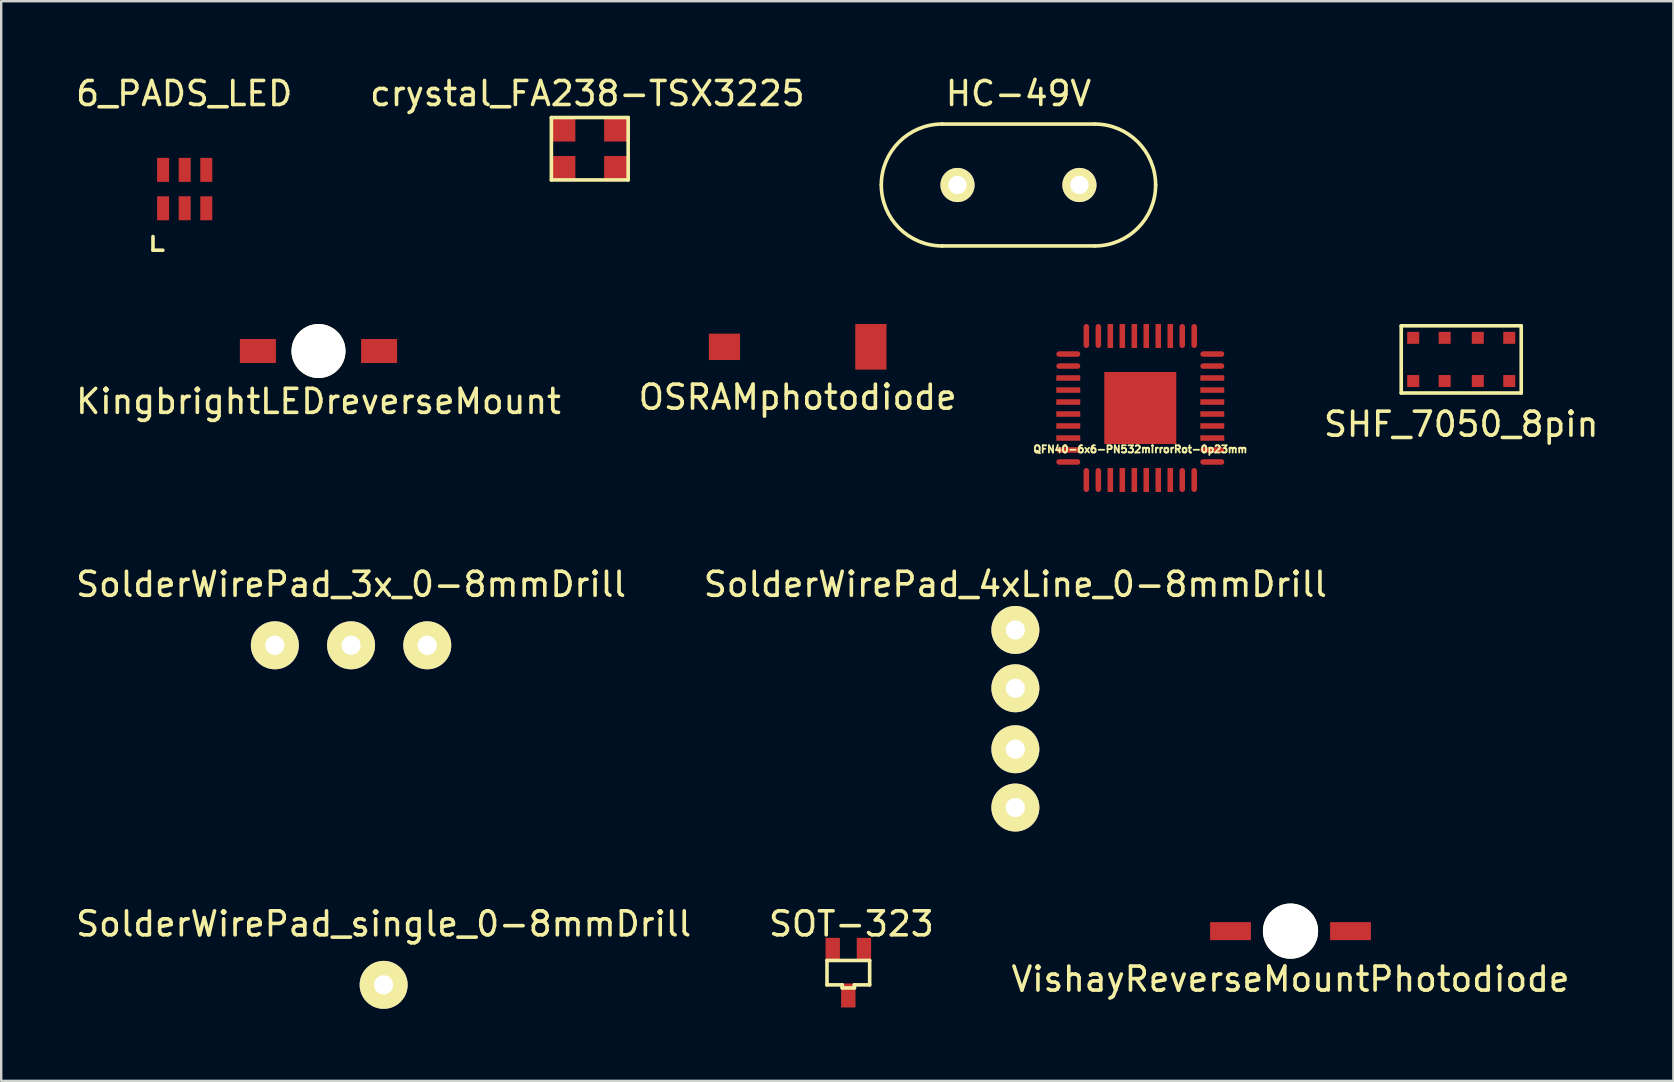
<source format=kicad_pcb>
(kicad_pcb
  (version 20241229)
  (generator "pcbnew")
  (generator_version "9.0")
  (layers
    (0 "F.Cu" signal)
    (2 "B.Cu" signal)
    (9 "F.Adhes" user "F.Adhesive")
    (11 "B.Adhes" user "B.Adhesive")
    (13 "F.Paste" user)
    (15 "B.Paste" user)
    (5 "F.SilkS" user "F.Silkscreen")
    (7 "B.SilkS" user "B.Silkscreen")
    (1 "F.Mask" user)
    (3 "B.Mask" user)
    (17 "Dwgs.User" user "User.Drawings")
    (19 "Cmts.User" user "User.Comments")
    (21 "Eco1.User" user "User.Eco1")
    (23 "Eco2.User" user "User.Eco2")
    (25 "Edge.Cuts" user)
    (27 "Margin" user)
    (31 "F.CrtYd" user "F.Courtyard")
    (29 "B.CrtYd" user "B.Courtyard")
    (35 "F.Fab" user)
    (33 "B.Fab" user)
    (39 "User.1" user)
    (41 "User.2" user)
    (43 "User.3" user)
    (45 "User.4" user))
  (footprint "crystal_FA238-TSX3225"
    (layer "F.Cu")
    (at 21.523 3.148)
    (property "Reference" "crystal_FA238-TSX3225" (at -0.1 -2.3 0) (layer "F.SilkS") (effects (font (size 1 1) (thickness 0.15))))
    (attr through_hole)
    (fp_line (start -1.6 -1.3) (end 1.6 -1.3) (stroke (width 0.15) (type solid)) (layer "F.SilkS"))
    (fp_line (start -1.6 1.3) (end -1.6 -1.3) (stroke (width 0.15) (type solid)) (layer "F.SilkS"))
    (fp_line (start 1.6 -1.3) (end 1.6 1.3) (stroke (width 0.15) (type solid)) (layer "F.SilkS"))
    (fp_line (start 1.6 1.3) (end -1.6 1.3) (stroke (width 0.15) (type solid)) (layer "F.SilkS"))
    (pad "1" smd rect (at -1.1 0.8) (size 1 1) (layers "F.Cu" "F.Mask" "F.Paste"))
    (pad "2" smd rect (at 1.1 0.8) (size 1 1) (layers "F.Cu" "F.Mask" "F.Paste"))
    (pad "3" smd rect (at 1.1 -0.8) (size 1 1) (layers "F.Cu" "F.Mask" "F.Paste"))
    (pad "4" smd rect (at -1.1 -0.8) (size 1 1) (layers "F.Cu" "F.Mask" "F.Paste")))
  (footprint "KingbrightLEDreverseMount"
    (layer "F.Cu")
    (at 10.22 11.576)
    (property "Reference" "KingbrightLEDreverseMount" (at 0 2.1 0) (layer "F.SilkS") (effects (font (size 1 1) (thickness 0.15))))
    (attr through_hole)
    (pad "" np_thru_hole circle (at 0 0) (size 2.25 2.25) (drill 2.25) (layers "*.Cu" "*.Mask" "F.SilkS"))
    (pad "1" smd rect (at 2.525 0) (size 1.5 1) (layers "F.Cu" "F.Mask" "F.Paste"))
    (pad "2" smd rect (at -2.525 0) (size 1.5 1) (layers "F.Cu" "F.Mask" "F.Paste")))
  (footprint "SHF_7050_8pin"
    (layer "F.Cu")
    (at 57.833 11.926)
    (property "Reference" "SHF_7050_8pin" (at 0 2.7 0) (layer "F.SilkS") (effects (font (size 1 1) (thickness 0.15))))
    (attr smd)
    (fp_line (start -2.5 -1.4) (end -2.5 1.4) (stroke (width 0.15) (type solid)) (layer "F.SilkS"))
    (fp_line (start -2.5 -1.4) (end 2.5 -1.4) (stroke (width 0.15) (type solid)) (layer "F.SilkS"))
    (fp_line (start 2.5 -1.4) (end 2.5 1.4) (stroke (width 0.15) (type solid)) (layer "F.SilkS"))
    (fp_line (start 2.5 1.4) (end -2.5 1.4) (stroke (width 0.15) (type solid)) (layer "F.SilkS"))
    (pad "1" smd rect (at -2 -0.9) (size 0.5 0.5) (layers "F.Cu" "F.Mask" "F.Paste"))
    (pad "2" smd rect (at -0.69 -0.9) (size 0.5 0.5) (layers "F.Cu" "F.Mask" "F.Paste"))
    (pad "3" smd rect (at 0.69 -0.9) (size 0.5 0.5) (layers "F.Cu" "F.Mask" "F.Paste"))
    (pad "4" smd rect (at 2 -0.9) (size 0.5 0.5) (layers "F.Cu" "F.Mask" "F.Paste"))
    (pad "5" smd rect (at 2 0.9) (size 0.5 0.5) (layers "F.Cu" "F.Mask" "F.Paste"))
    (pad "6" smd rect (at 0.69 0.9) (size 0.5 0.5) (layers "F.Cu" "F.Mask" "F.Paste"))
    (pad "7" smd rect (at -0.69 0.9) (size 0.5 0.5) (layers "F.Cu" "F.Mask" "F.Paste"))
    (pad "8" smd rect (at -2 0.9) (size 0.5 0.5) (layers "F.Cu" "F.Mask" "F.Paste")))
  (footprint "6_PADS_LED"
    (layer "F.Cu")
    (at 4.645 4.828)
    (property "Reference" "6_PADS_LED" (at -0.02 -3.98 0) (layer "F.SilkS") (effects (font (size 1 1) (thickness 0.15))))
    (attr smd)
    (fp_line (start -1.321 1.979) (end -1.321 2.548) (stroke (width 0.15) (type solid)) (layer "F.SilkS"))
    (fp_line (start -1.321 2.548) (end -0.909 2.548) (stroke (width 0.15) (type solid)) (layer "F.SilkS"))
    (pad "1" smd rect (at -0.9 0.8) (size 0.5 1) (layers "F.Cu" "F.Mask" "F.Paste"))
    (pad "2" smd rect (at 0 0.8) (size 0.5 1) (layers "F.Cu" "F.Mask" "F.Paste"))
    (pad "3" smd rect (at 0.9 0.8) (size 0.5 1) (layers "F.Cu" "F.Mask" "F.Paste"))
    (pad "4" smd rect (at 0.9 -0.8) (size 0.5 1) (layers "F.Cu" "F.Mask" "F.Paste"))
    (pad "5" smd rect (at 0 -0.8) (size 0.5 1) (layers "F.Cu" "F.Mask" "F.Paste"))
    (pad "6" smd rect (at -0.9 -0.8) (size 0.5 1) (layers "F.Cu" "F.Mask" "F.Paste")))
  (footprint "HC-49V"
    (layer "F.Cu")
    (at 39.385 4.658)
    (property "Reference" "HC-49V" (at 0 -3.81 0) (layer "F.SilkS") (effects (font (size 1 1) (thickness 0.15))))
    (attr through_hole)
    (fp_line (start -3.175 -2.54) (end 3.175 -2.54) (stroke (width 0.15) (type solid)) (layer "F.SilkS"))
    (fp_line (start -3.175 2.54) (end 3.175 2.54) (stroke (width 0.15) (type solid)) (layer "F.SilkS"))
    (fp_arc (start -5.715 0) (mid -4.971051 -1.796051) (end -3.175 -2.54) (stroke (width 0.15) (type solid)) (layer "F.SilkS"))
    (fp_arc (start -3.175 2.54) (mid -4.971051 1.796051) (end -5.715 0) (stroke (width 0.15) (type solid)) (layer "F.SilkS"))
    (fp_arc (start 3.175 -2.54) (mid 4.971051 -1.796051) (end 5.715 0) (stroke (width 0.15) (type solid)) (layer "F.SilkS"))
    (fp_arc (start 5.715 0) (mid 4.971051 1.796051) (end 3.175 2.54) (stroke (width 0.15) (type solid)) (layer "F.SilkS"))
    (pad "1" thru_hole circle (at -2.54 0) (size 1.422 1.422) (drill 0.762) (layers "*.Mask" "F.Cu" "F.SilkS"))
    (pad "2" thru_hole circle (at 2.54 0) (size 1.422 1.422) (drill 0.762) (layers "*.Mask" "F.Cu" "F.SilkS")))
  (footprint "VishayReverseMountPhotodiode"
    (layer "F.Cu")
    (at 50.72 35.746)
    (property "Reference" "VishayReverseMountPhotodiode" (at 0 2 0) (layer "F.SilkS") (effects (font (size 1 1) (thickness 0.15))))
    (attr through_hole)
    (pad "" np_thru_hole circle (at 0 0) (size 2.3 2.3) (drill 2.3) (layers "*.Cu" "*.Mask" "F.SilkS"))
    (pad "1" smd rect (at -2.5 0) (size 1.7 0.75) (layers "F.Cu" "F.Mask" "F.Paste"))
    (pad "2" smd rect (at 2.5 0) (size 1.7 0.75) (layers "F.Cu" "F.Mask" "F.Paste")))
  (footprint "SolderWirePad_single_0-8mmDrill"
    (layer "F.Cu")
    (at 12.935 37.985)
    (property "Reference" "SolderWirePad_single_0-8mmDrill" (at 0 -2.54 0) (layer "F.SilkS") (effects (font (size 1 1) (thickness 0.15))))
    (attr through_hole)
    (pad "1" thru_hole circle (at 0 0) (size 1.999 1.999) (drill 0.8) (layers "*.Cu" "*.Mask" "F.SilkS")))
  (footprint "SolderWirePad_3x_0-8mmDrill"
    (layer "F.Cu")
    (at 11.577 23.837)
    (property "Reference" "SolderWirePad_3x_0-8mmDrill" (at 0 -2.54 0) (layer "F.SilkS") (effects (font (size 1 1) (thickness 0.15))))
    (attr through_hole)
    (pad "1" thru_hole circle (at 3.175 0) (size 1.999 1.999) (drill 0.8) (layers "*.Cu" "*.Mask" "F.SilkS"))
    (pad "2" thru_hole circle (at 0 0) (size 1.999 1.999) (drill 0.8) (layers "*.Cu" "*.Mask" "F.SilkS"))
    (pad "3" thru_hole circle (at -3.175 0) (size 1.999 1.999) (drill 0.8) (layers "*.Cu" "*.Mask" "F.SilkS")))
  (footprint "SolderWirePad_4xLine_0-8mmDrill"
    (layer "F.Cu")
    (at 39.256 26.897)
    (property "Reference" "SolderWirePad_4xLine_0-8mmDrill" (at 0 -5.6 0) (layer "F.SilkS") (effects (font (size 1 1) (thickness 0.15))))
    (attr through_hole)
    (pad "1" thru_hole circle (at 0 -3.7) (size 1.999 1.999) (drill 0.8) (layers "*.Cu" "*.Mask" "F.SilkS"))
    (pad "2" thru_hole circle (at 0 -1.27) (size 1.999 1.999) (drill 0.8) (layers "*.Cu" "*.Mask" "F.SilkS"))
    (pad "3" thru_hole circle (at 0 1.27) (size 1.999 1.999) (drill 0.8) (layers "*.Cu" "*.Mask" "F.SilkS"))
    (pad "4" thru_hole circle (at 0 3.7) (size 1.999 1.999) (drill 0.8) (layers "*.Cu" "*.Mask" "F.SilkS")))
  (footprint "QFN40-6x6-PN532mirrorRot-0p23mm"
    (layer "F.Cu")
    (at 44.461 13.95)
    (property "Reference" "QFN40-6x6-PN532mirrorRot-0p23mm" (at 0 1.72 0) (layer "F.SilkS") (effects (font (size 0.3 0.3) (thickness 0.075))))
    (attr through_hole)
    (fp_line (start -3 -2.5) (end -2.5 -2.5) (stroke (width 0.1) (type solid)) (layer "Eco2.User"))
    (fp_line (start -3 -3) (end -2.449 -3) (stroke (width 0.099) (type solid)) (layer "Eco2.User"))
    (fp_line (start -3 -2.449) (end -3 -3) (stroke (width 0.099) (type solid)) (layer "Eco2.User"))
    (fp_line (start -3 3) (end -3 2.449) (stroke (width 0.099) (type solid)) (layer "Eco2.User"))
    (fp_line (start -3 3) (end -2.449 3) (stroke (width 0.099) (type solid)) (layer "Eco2.User"))
    (fp_line (start -2.5 -2.5) (end -2.5 -3) (stroke (width 0.1) (type solid)) (layer "Eco2.User"))
    (fp_line (start 2.449 -3) (end 3 -3) (stroke (width 0.099) (type solid)) (layer "Eco2.User"))
    (fp_line (start 2.449 3) (end 3 3) (stroke (width 0.099) (type solid)) (layer "Eco2.User"))
    (fp_line (start 3 -2.449) (end 3 -3) (stroke (width 0.099) (type solid)) (layer "Eco2.User"))
    (fp_line (start 3 3) (end 3 2.449) (stroke (width 0.099) (type solid)) (layer "Eco2.User"))
    (pad "1" smd oval (at -3 -2.248 270) (size 0.23 0.998) (layers "F.Cu" "F.Mask" "F.Paste"))
    (pad "2" smd oval (at -3 -1.748 270) (size 0.23 0.998) (layers "F.Cu" "F.Mask" "F.Paste"))
    (pad "3" smd rect (at -3 -1.25 270) (size 0.23 0.998) (layers "F.Cu" "F.Mask" "F.Paste"))
    (pad "4" smd rect (at -3 -0.749 270) (size 0.23 0.998) (layers "F.Cu" "F.Mask" "F.Paste"))
    (pad "5" smd rect (at -3 -0.249 270) (size 0.23 0.998) (layers "F.Cu" "F.Mask" "F.Paste"))
    (pad "6" smd rect (at -3 0.249 270) (size 0.23 0.998) (layers "F.Cu" "F.Mask" "F.Paste"))
    (pad "7" smd rect (at -3 0.749 270) (size 0.23 0.998) (layers "F.Cu" "F.Mask" "F.Paste"))
    (pad "8" smd rect (at -3 1.25 270) (size 0.23 0.998) (layers "F.Cu" "F.Mask" "F.Paste"))
    (pad "9" smd oval (at -3 1.748 270) (size 0.23 0.998) (layers "F.Cu" "F.Mask" "F.Paste"))
    (pad "10" smd oval (at -3 2.248 270) (size 0.23 0.998) (layers "F.Cu" "F.Mask" "F.Paste"))
    (pad "11" smd oval (at -2.248 3) (size 0.23 0.998) (layers "F.Cu" "F.Mask" "F.Paste"))
    (pad "12" smd oval (at -1.748 3) (size 0.23 0.998) (layers "F.Cu" "F.Mask" "F.Paste"))
    (pad "13" smd rect (at -1.25 3) (size 0.23 0.998) (layers "F.Cu" "F.Mask" "F.Paste"))
    (pad "14" smd rect (at -0.749 3) (size 0.23 0.998) (layers "F.Cu" "F.Mask" "F.Paste"))
    (pad "15" smd rect (at -0.249 3) (size 0.23 0.998) (layers "F.Cu" "F.Mask" "F.Paste"))
    (pad "16" smd rect (at 0.249 3) (size 0.23 0.998) (layers "F.Cu" "F.Mask" "F.Paste"))
    (pad "17" smd rect (at 0.749 3) (size 0.23 0.998) (layers "F.Cu" "F.Mask" "F.Paste"))
    (pad "18" smd rect (at 1.25 3) (size 0.23 0.998) (layers "F.Cu" "F.Mask" "F.Paste"))
    (pad "19" smd oval (at 1.748 3) (size 0.23 0.998) (layers "F.Cu" "F.Mask" "F.Paste"))
    (pad "20" smd oval (at 2.248 3) (size 0.23 0.998) (layers "F.Cu" "F.Mask" "F.Paste"))
    (pad "21" smd oval (at 3 2.248 90) (size 0.23 0.998) (layers "F.Cu" "F.Mask" "F.Paste"))
    (pad "22" smd oval (at 3 1.748 90) (size 0.23 0.998) (layers "F.Cu" "F.Mask" "F.Paste"))
    (pad "23" smd rect (at 3 1.25 90) (size 0.23 0.998) (layers "F.Cu" "F.Mask" "F.Paste"))
    (pad "24" smd rect (at 3 0.749 90) (size 0.23 0.998) (layers "F.Cu" "F.Mask" "F.Paste"))
    (pad "25" smd rect (at 3 0.249 90) (size 0.23 0.998) (layers "F.Cu" "F.Mask" "F.Paste"))
    (pad "26" smd rect (at 3 -0.249 90) (size 0.23 0.998) (layers "F.Cu" "F.Mask" "F.Paste"))
    (pad "27" smd rect (at 3 -0.749 90) (size 0.23 0.998) (layers "F.Cu" "F.Mask" "F.Paste"))
    (pad "28" smd rect (at 3 -1.25 90) (size 0.23 0.998) (layers "F.Cu" "F.Mask" "F.Paste"))
    (pad "29" smd oval (at 3 -1.748 90) (size 0.23 0.998) (layers "F.Cu" "F.Mask" "F.Paste"))
    (pad "30" smd oval (at 3 -2.248 90) (size 0.23 0.998) (layers "F.Cu" "F.Mask" "F.Paste"))
    (pad "31" smd oval (at 2.248 -3 180) (size 0.23 0.998) (layers "F.Cu" "F.Mask" "F.Paste"))
    (pad "32" smd oval (at 1.748 -3 180) (size 0.23 0.998) (layers "F.Cu" "F.Mask" "F.Paste"))
    (pad "33" smd rect (at 1.25 -3 180) (size 0.23 0.998) (layers "F.Cu" "F.Mask" "F.Paste"))
    (pad "34" smd rect (at 0.749 -3 180) (size 0.23 0.998) (layers "F.Cu" "F.Mask" "F.Paste"))
    (pad "35" smd rect (at 0.249 -3 180) (size 0.23 0.998) (layers "F.Cu" "F.Mask" "F.Paste"))
    (pad "36" smd rect (at -0.249 -3 180) (size 0.23 0.998) (layers "F.Cu" "F.Mask" "F.Paste"))
    (pad "37" smd rect (at -0.749 -3 180) (size 0.23 0.998) (layers "F.Cu" "F.Mask" "F.Paste"))
    (pad "38" smd rect (at -1.25 -3 180) (size 0.23 0.998) (layers "F.Cu" "F.Mask" "F.Paste"))
    (pad "39" smd oval (at -1.748 -3 180) (size 0.23 0.998) (layers "F.Cu" "F.Mask" "F.Paste"))
    (pad "40" smd oval (at -2.248 -3 180) (size 0.23 0.998) (layers "F.Cu" "F.Mask" "F.Paste"))
    (pad "41" smd rect (at 0 0) (size 3 3) (layers "F.Cu" "F.Mask" "F.Paste")))
  (footprint "SOT-323"
    (layer "F.Cu")
    (at 32.296 37.477)
    (property "Reference" "SOT-323" (at 0.127 -2.032 0) (layer "F.SilkS") (effects (font (size 1 1) (thickness 0.15))))
    (attr smd)
    (fp_line (start -0.889 -0.508) (end -0.889 0.508) (stroke (width 0.15) (type solid)) (layer "F.SilkS"))
    (fp_line (start -0.889 0.508) (end -0.254 0.508) (stroke (width 0.15) (type solid)) (layer "F.SilkS"))
    (fp_line (start -0.254 0.508) (end -0.254 0.635) (stroke (width 0.15) (type solid)) (layer "F.SilkS"))
    (fp_line (start -0.254 0.635) (end 0.254 0.635) (stroke (width 0.15) (type solid)) (layer "F.SilkS"))
    (fp_line (start 0.254 0.508) (end 0.889 0.508) (stroke (width 0.15) (type solid)) (layer "F.SilkS"))
    (fp_line (start 0.254 0.635) (end 0.254 0.508) (stroke (width 0.15) (type solid)) (layer "F.SilkS"))
    (fp_line (start 0.889 -0.508) (end -0.889 -0.508) (stroke (width 0.15) (type solid)) (layer "F.SilkS"))
    (fp_line (start 0.889 0.508) (end 0.889 -0.508) (stroke (width 0.15) (type solid)) (layer "F.SilkS"))
    (pad "1" smd rect (at 0.65 -0.95) (size 0.599 1.001) (layers "F.Cu" "F.Mask" "F.Paste"))
    (pad "2" smd rect (at -0.65 -0.95) (size 0.599 1.001) (layers "F.Cu" "F.Mask" "F.Paste"))
    (pad "3" smd rect (at 0 0.95) (size 0.599 1.001) (layers "F.Cu" "F.Mask" "F.Paste")))
  (footprint "OSRAMphotodiode"
    (layer "F.Cu")
    (at 30.185 11.401)
    (property "Reference" "OSRAMphotodiode" (at 0 2.1 0) (layer "F.SilkS") (effects (font (size 1 1) (thickness 0.15))))
    (attr through_hole)
    (pad "1" smd rect (at -3.05 0) (size 1.3 1.1) (layers "F.Cu" "F.Mask" "F.Paste"))
    (pad "2" smd rect (at 3.05 0) (size 1.3 1.9) (layers "F.Cu" "F.Mask" "F.Paste")))
  (gr_rect
    (start -3 -3)
    (end 66.672 41.984)
    (stroke (width 0.1) (type default))
    (fill no)
    (layer "Edge.Cuts")))
</source>
